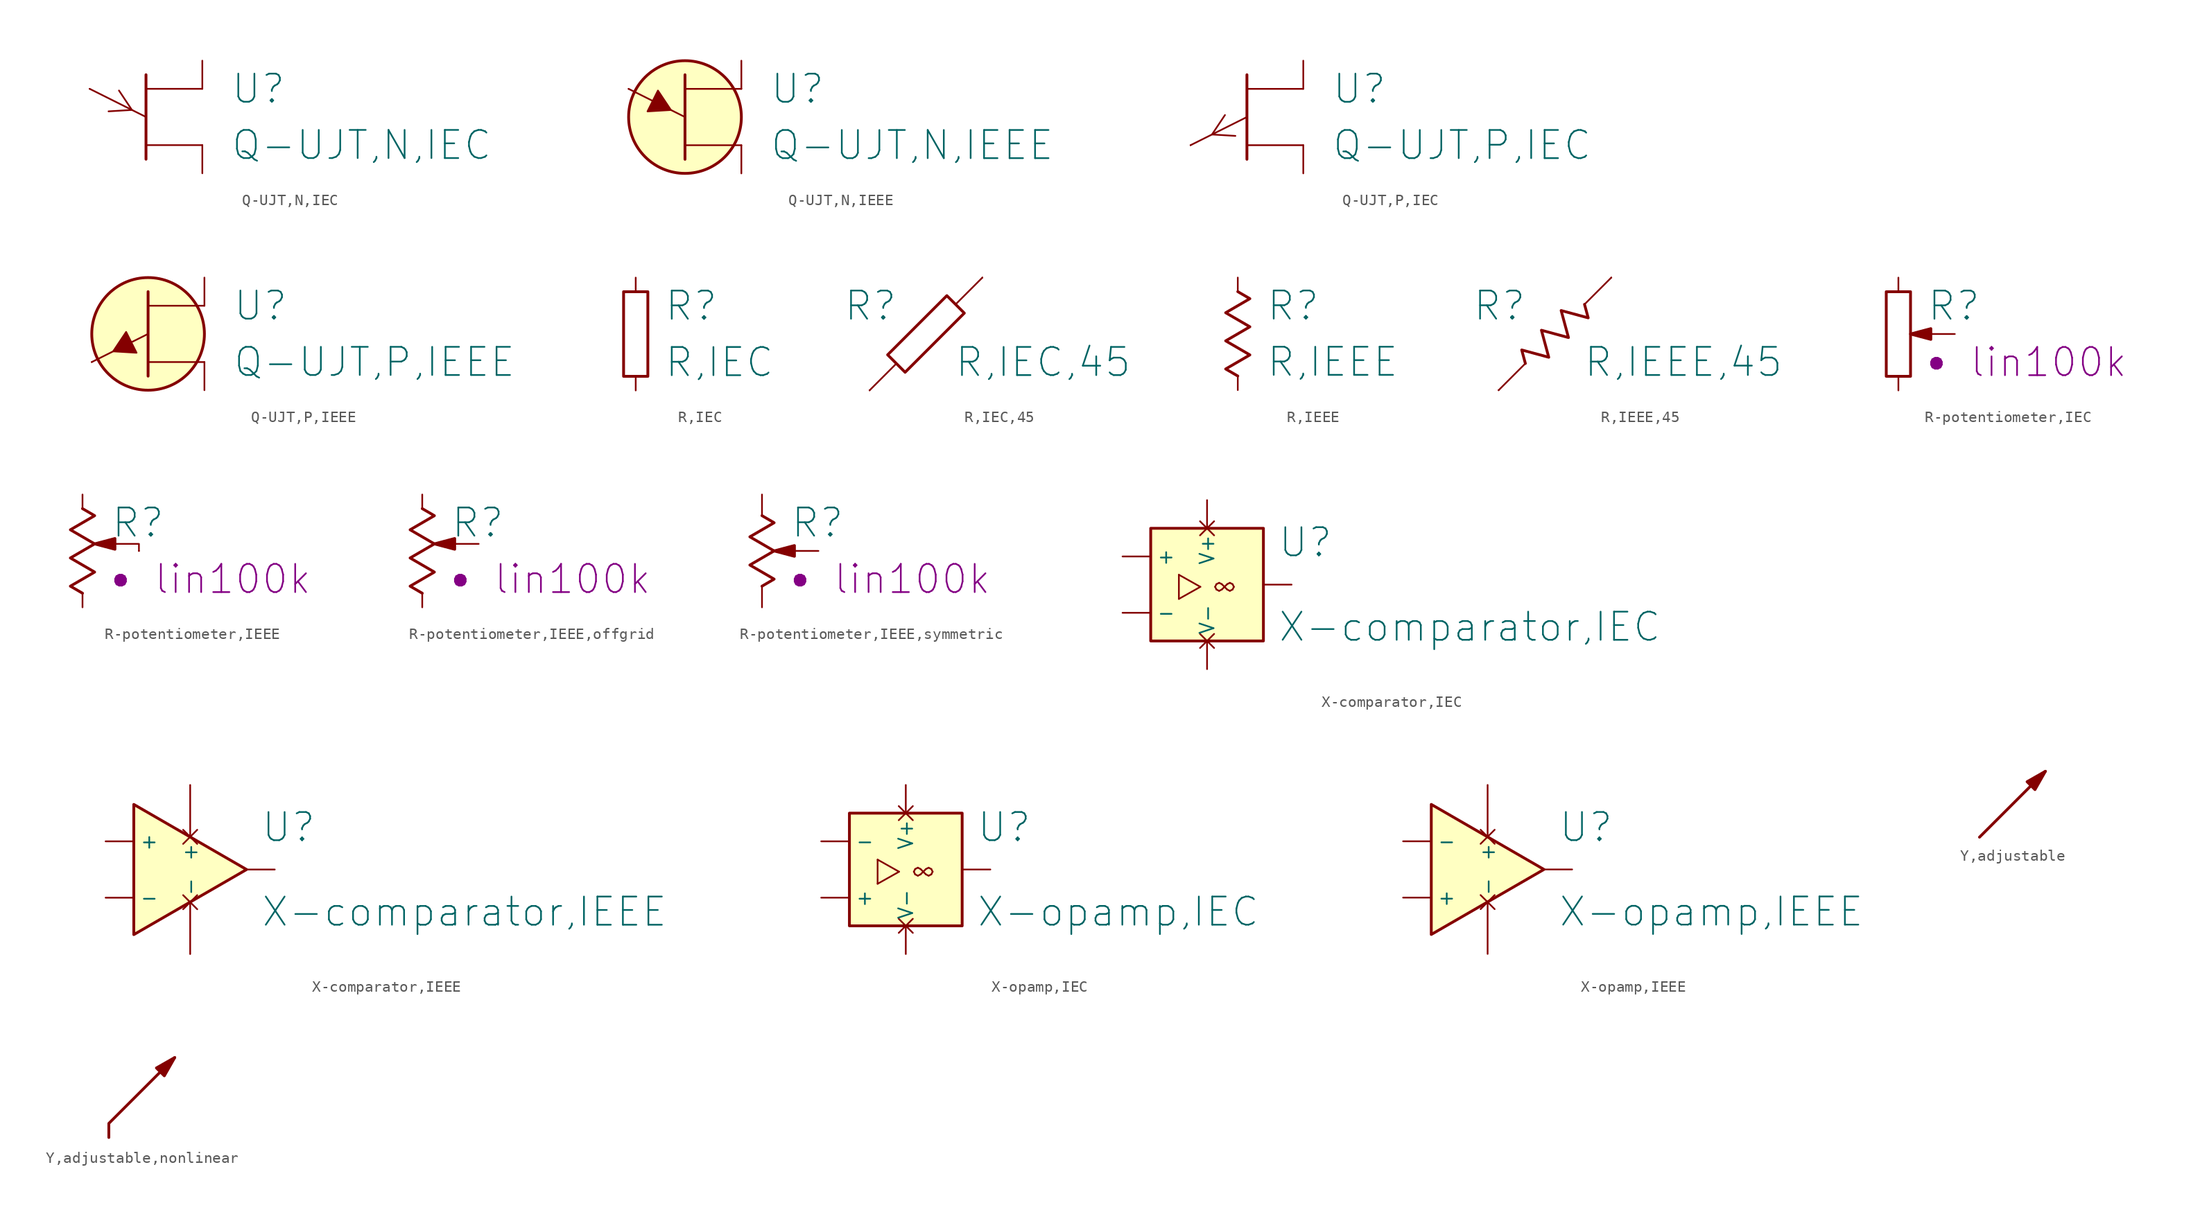
<source format=kicad_sym>
(kicad_symbol_lib
  (version 20211014)
  (generator kicad_symbol_editor)
  (symbol "Q-UJT,N,IEC"
    (pin_numbers hide)
    (pin_names
      (offset 0) hide)
    (property "Reference" "U"
      (at 7.62 2.54 0)
      (effects (font (size 2.54 2.54)) (justify left)))
    (property "Value" "Q-UJT,N,IEC"
      (at 7.62 -2.54 0)
      (effects (font (size 2.54 2.54)) (justify left)))
    (symbol "Q-UJT,N,IEC_1_1"
      (polyline (pts (xy -5.08 2.54) (xy 0 0)) (stroke (width 0) (type default) (color 0 0 0 0)) (fill (type none)))
      (polyline (pts (xy 0 3.81) (xy 0 -3.81)) (stroke (width 0.254) (type default) (color 0 0 0 0)) (fill (type none)))
      (polyline (pts (xy 5.08 -2.54) (xy 0 -2.54)) (stroke (width 0) (type default) (color 0 0 0 0)) (fill (type none)))
      (polyline (pts (xy 5.08 2.54) (xy 0 2.54)) (stroke (width 0) (type default) (color 0 0 0 0)) (fill (type none)))
      (polyline (pts (xy -2.438 2.388) (xy -1.27 0.635) (xy -3.378 0.508)) (stroke (width 0) (type default) (color 0 0 0 0)) (fill (type none)))
      (pin passive line (at -5.08 2.54 0) (length 0) (name "E" (effects (font (size 1.27 1.27)))) (number "1" (effects (font (size 1.829 1.829)))))
      (pin passive line (at 5.08 -5.08 90) (length 2.54) (name "B1" (effects (font (size 1.27 1.27)))) (number "2" (effects (font (size 1.829 1.829)))))
      (pin passive line (at 5.08 5.08 270) (length 2.54) (name "B2" (effects (font (size 1.27 1.27)))) (number "3" (effects (font (size 1.829 1.829)))))))
  (symbol "Q-UJT,N,IEEE"
    (pin_numbers hide)
    (pin_names
      (offset 0) hide)
    (property "Reference" "U"
      (at 7.62 2.54 0)
      (effects (font (size 2.54 2.54)) (justify left)))
    (property "Value" "Q-UJT,N,IEEE"
      (at 7.62 -2.54 0)
      (effects (font (size 2.54 2.54)) (justify left)))
    (symbol "Q-UJT,N,IEEE_1_1"
      (polyline (pts (xy -5.08 2.54) (xy 0 0)) (stroke (width 0) (type default) (color 0 0 0 0)) (fill (type none)))
      (polyline (pts (xy 0 3.81) (xy 0 -3.81)) (stroke (width 0.254) (type default) (color 0 0 0 0)) (fill (type none)))
      (polyline (pts (xy 5.08 -2.54) (xy 0 -2.54)) (stroke (width 0) (type default) (color 0 0 0 0)) (fill (type none)))
      (polyline (pts (xy 5.08 2.54) (xy 0 2.54)) (stroke (width 0) (type default) (color 0 0 0 0)) (fill (type none)))
      (polyline (pts (xy -2.438 2.388) (xy -1.27 0.635) (xy -3.378 0.508) (xy -2.438 2.388)) (stroke (width 0) (type default) (color 0 0 0 0)) (fill (type outline)))
      (circle (center 0 0) (radius 5.08) (stroke (width 0.254) (type default) (color 0 0 0 0)) (fill (type background)))
      (pin passive line (at -5.08 2.54 0) (length 0) (name "E" (effects (font (size 1.27 1.27)))) (number "1" (effects (font (size 1.829 1.829)))))
      (pin passive line (at 5.08 -5.08 90) (length 2.54) (name "B1" (effects (font (size 1.27 1.27)))) (number "2" (effects (font (size 1.829 1.829)))))
      (pin passive line (at 5.08 5.08 270) (length 2.54) (name "B2" (effects (font (size 1.27 1.27)))) (number "3" (effects (font (size 1.829 1.829)))))))
  (symbol "Q-UJT,P,IEC"
    (pin_numbers hide)
    (pin_names
      (offset 0) hide)
    (property "Reference" "U"
      (at 7.62 2.54 0)
      (effects (font (size 2.54 2.54)) (justify left)))
    (property "Value" "Q-UJT,P,IEC"
      (at 7.62 -2.54 0)
      (effects (font (size 2.54 2.54)) (justify left)))
    (symbol "Q-UJT,P,IEC_1_1"
      (polyline (pts (xy -5.08 -2.54) (xy 0 0)) (stroke (width 0) (type default) (color 0 0 0 0)) (fill (type none)))
      (polyline (pts (xy 0 3.81) (xy 0 -3.81)) (stroke (width 0.254) (type default) (color 0 0 0 0)) (fill (type none)))
      (polyline (pts (xy 5.08 -2.54) (xy 0 -2.54)) (stroke (width 0) (type default) (color 0 0 0 0)) (fill (type none)))
      (polyline (pts (xy 5.08 2.54) (xy 0 2.54)) (stroke (width 0) (type default) (color 0 0 0 0)) (fill (type none)))
      (polyline (pts (xy -1.981 0.178) (xy -3.15 -1.575) (xy -1.041 -1.702)) (stroke (width 0) (type default) (color 0 0 0 0)) (fill (type none)))
      (pin passive line (at -5.08 -2.54 0) (length 0) (name "E" (effects (font (size 1.27 1.27)))) (number "1" (effects (font (size 1.829 1.829)))))
      (pin passive line (at 5.08 5.08 270) (length 2.54) (name "B1" (effects (font (size 1.27 1.27)))) (number "2" (effects (font (size 1.829 1.829)))))
      (pin passive line (at 5.08 -5.08 90) (length 2.54) (name "B2" (effects (font (size 1.27 1.27)))) (number "3" (effects (font (size 1.829 1.829)))))))
  (symbol "Q-UJT,P,IEEE"
    (pin_numbers hide)
    (pin_names
      (offset 0) hide)
    (property "Reference" "U"
      (at 7.62 2.54 0)
      (effects (font (size 2.54 2.54)) (justify left)))
    (property "Value" "Q-UJT,P,IEEE"
      (at 7.62 -2.54 0)
      (effects (font (size 2.54 2.54)) (justify left)))
    (symbol "Q-UJT,P,IEEE_1_1"
      (polyline (pts (xy -5.08 -2.54) (xy 0 0)) (stroke (width 0) (type default) (color 0 0 0 0)) (fill (type none)))
      (polyline (pts (xy 0 3.81) (xy 0 -3.81)) (stroke (width 0.254) (type default) (color 0 0 0 0)) (fill (type none)))
      (polyline (pts (xy 5.08 -2.54) (xy 0 -2.54)) (stroke (width 0) (type default) (color 0 0 0 0)) (fill (type none)))
      (polyline (pts (xy 5.08 2.54) (xy 0 2.54)) (stroke (width 0) (type default) (color 0 0 0 0)) (fill (type none)))
      (polyline (pts (xy -1.981 0.178) (xy -3.15 -1.575) (xy -1.041 -1.702) (xy -1.981 0.178)) (stroke (width 0) (type default) (color 0 0 0 0)) (fill (type outline)))
      (circle (center 0 0) (radius 5.08) (stroke (width 0.254) (type default) (color 0 0 0 0)) (fill (type background)))
      (pin passive line (at -5.08 -2.54 0) (length 0) (name "E" (effects (font (size 1.27 1.27)))) (number "1" (effects (font (size 1.829 1.829)))))
      (pin passive line (at 5.08 5.08 270) (length 2.54) (name "B1" (effects (font (size 1.27 1.27)))) (number "2" (effects (font (size 1.829 1.829)))))
      (pin passive line (at 5.08 -5.08 90) (length 2.54) (name "B2" (effects (font (size 1.27 1.27)))) (number "3" (effects (font (size 1.829 1.829)))))))
  (symbol "R,IEC"
    (pin_numbers hide)
    (pin_names
      (offset 0) hide)
    (property "Reference" "R"
      (at 2.54 2.54 0)
      (effects (font (size 2.54 2.54)) (justify left)))
    (property "Value" "R,IEC"
      (at 2.54 -2.54 0)
      (effects (font (size 2.54 2.54)) (justify left)))
    (symbol "R,IEC_1_1"
      (rectangle (start -1.092 3.81) (end 1.092 -3.81) (stroke (width 0.254) (type default) (color 0 0 0 0)) (fill (type none)))
      (pin passive line (at 0 5.08 270) (length 1.27) (name "+" (effects (font (size 1.27 1.27)))) (number "1" (effects (font (size 1.829 1.829)))))
      (pin passive line (at 0 -5.08 90) (length 1.27) (name "-" (effects (font (size 1.27 1.27)))) (number "2" (effects (font (size 1.829 1.829)))))))
  (symbol "R,IEC,45"
    (pin_numbers hide)
    (pin_names
      (offset 0) hide)
    (property "Reference" "R"
      (at -2.54 2.54 0)
      (effects (font (size 2.54 2.54)) (justify right)))
    (property "Value" "R,IEC,45"
      (at 2.54 -2.54 0)
      (effects (font (size 2.54 2.54)) (justify left)))
    (symbol "R,IEC,45_1_1"
      (polyline (pts (xy -5.08 -5.08) (xy -2.667 -2.667)) (stroke (width 0) (type default) (color 0 0 0 0)) (fill (type none)))
      (polyline (pts (xy 5.08 5.08) (xy 2.667 2.667)) (stroke (width 0) (type default) (color 0 0 0 0)) (fill (type none)))
      (polyline (pts (xy 1.88 3.454) (xy -3.454 -1.88) (xy -1.88 -3.454) (xy 3.454 1.88) (xy 1.88 3.454)) (stroke (width 0.254) (type default) (color 0 0 0 0)) (fill (type none)))
      (pin passive line (at 5.08 5.08 270) (length 0) (name "+" (effects (font (size 1.27 1.27)))) (number "1" (effects (font (size 1.829 1.829)))))
      (pin passive line (at -5.08 -5.08 90) (length 0) (name "-" (effects (font (size 1.27 1.27)))) (number "2" (effects (font (size 1.829 1.829)))))))
  (symbol "R,IEEE"
    (pin_numbers hide)
    (pin_names
      (offset 0) hide)
    (property "Reference" "R"
      (at 2.54 2.54 0)
      (effects (font (size 2.54 2.54)) (justify left)))
    (property "Value" "R,IEEE"
      (at 2.54 -2.54 0)
      (effects (font (size 2.54 2.54)) (justify left)))
    (symbol "R,IEEE_1_1"
      (polyline (pts (xy 0 3.81) (xy 1.092 3.175) (xy -1.092 1.905) (xy 1.092 0.635) (xy -1.092 -0.635) (xy 1.092 -1.905) (xy -1.092 -3.175) (xy 0 -3.81)) (stroke (width 0.254) (type default) (color 0 0 0 0)) (fill (type none)))
      (pin passive line (at 0 5.08 270) (length 1.27) (name "+" (effects (font (size 1.27 1.27)))) (number "1" (effects (font (size 1.829 1.829)))))
      (pin passive line (at 0 -5.08 90) (length 1.27) (name "-" (effects (font (size 1.27 1.27)))) (number "2" (effects (font (size 1.829 1.829)))))))
  (symbol "R,IEEE,45"
    (pin_numbers hide)
    (pin_names
      (offset 0) hide)
    (property "Reference" "R"
      (at -2.54 2.54 0)
      (effects (font (size 2.54 2.54)) (justify right)))
    (property "Value" "R,IEEE,45"
      (at 2.54 -2.54 0)
      (effects (font (size 2.54 2.54)) (justify left)))
    (symbol "R,IEEE,45_1_1"
      (polyline (pts (xy -5.08 -5.08) (xy -2.667 -2.667)) (stroke (width 0) (type default) (color 0 0 0 0)) (fill (type none)))
      (polyline (pts (xy 5.08 5.08) (xy 2.667 2.667)) (stroke (width 0) (type default) (color 0 0 0 0)) (fill (type none)))
      (polyline (pts (xy 2.667 2.667) (xy 2.997 1.448) (xy 0.559 2.108) (xy 1.219 -0.33) (xy -1.219 0.33) (xy -0.559 -2.108) (xy -2.997 -1.448) (xy -2.667 -2.667)) (stroke (width 0.254) (type default) (color 0 0 0 0)) (fill (type none)))
      (pin passive line (at 5.08 5.08 270) (length 0) (name "+" (effects (font (size 1.27 1.27)))) (number "1" (effects (font (size 1.829 1.829)))))
      (pin passive line (at -5.08 -5.08 90) (length 0) (name "-" (effects (font (size 1.27 1.27)))) (number "2" (effects (font (size 1.829 1.829)))))))
  (symbol "R-potentiometer,IEC"
    (pin_numbers hide)
    (pin_names
      (offset 0) hide)
    (property "Reference" "R"
      (at 2.54 2.54 0)
      (effects (font (size 2.54 2.54)) (justify left)))
    (property "Spice_Model" "lin100k"
      (at 6.35 -2.54 0)
      (effects (font (size 2.54 2.54)) (justify left)))
    (property "Indicator" "●"
      (at 2.54 -2.54 0)
      (effects (font (size 1.27 1.27)) (justify left)))
    (symbol "R-potentiometer,IEC_1_1"
      (rectangle (start -1.092 3.81) (end 1.092 -3.81) (stroke (width 0.254) (type default) (color 0 0 0 0)) (fill (type none)))
      (polyline (pts (xy 1.092 0) (xy 2.921 0.483) (xy 2.921 -0.483) (xy 1.092 0)) (stroke (width 0.254) (type default) (color 0 0 0 0)) (fill (type outline)))
      (pin passive line (at 0 -5.08 90) (length 1.27) (name "a" (effects (font (size 1.27 1.27)))) (number "1" (effects (font (size 1.829 1.829)))))
      (pin passive line (at 5.08 0 180) (length 3.988) (name "b" (effects (font (size 1.27 1.27)))) (number "2" (effects (font (size 1.829 1.829)))))
      (pin passive line (at 0 5.08 270) (length 1.27) (name "c" (effects (font (size 1.27 1.27)))) (number "3" (effects (font (size 1.829 1.829)))))))
  (symbol "R-potentiometer,IEEE"
    (pin_numbers hide)
    (pin_names
      (offset 0) hide)
    (property "Reference" "R"
      (at 2.54 2.54 0)
      (effects (font (size 2.54 2.54)) (justify left)))
    (property "Spice_Model" "lin100k"
      (at 6.35 -2.54 0)
      (effects (font (size 2.54 2.54)) (justify left)))
    (property "Indicator" "●"
      (at 2.54 -2.54 0)
      (effects (font (size 1.27 1.27)) (justify left)))
    (symbol "R-potentiometer,IEEE_1_1"
      (polyline (pts (xy 5.08 0) (xy 5.08 0.635) (xy 1.092 0.635)) (stroke (width 0) (type default) (color 0 0 0 0)) (fill (type none)))
      (polyline (pts (xy 1.092 0.635) (xy 2.921 1.118) (xy 2.921 0.152) (xy 1.092 0.635)) (stroke (width 0.254) (type default) (color 0 0 0 0)) (fill (type outline)))
      (polyline (pts (xy 0 3.81) (xy 1.092 3.175) (xy -1.092 1.905) (xy 1.092 0.635) (xy -1.092 -0.635) (xy 1.092 -1.905) (xy -1.092 -3.175) (xy 0 -3.81)) (stroke (width 0.254) (type default) (color 0 0 0 0)) (fill (type none)))
      (pin passive line (at 0 -5.08 90) (length 1.27) (name "a" (effects (font (size 1.27 1.27)))) (number "1" (effects (font (size 1.829 1.829)))))
      (pin passive line (at 5.08 0 180) (length 0) (name "b" (effects (font (size 1.27 1.27)))) (number "2" (effects (font (size 1.829 1.829)))))
      (pin passive line (at 0 5.08 270) (length 1.27) (name "c" (effects (font (size 1.27 1.27)))) (number "3" (effects (font (size 1.829 1.829)))))))
  (symbol "R-potentiometer,IEEE,offgrid"
    (pin_numbers hide)
    (pin_names
      (offset 0) hide)
    (property "Reference" "R"
      (at 2.54 2.54 0)
      (effects (font (size 2.54 2.54)) (justify left)))
    (property "Spice_Model" "lin100k"
      (at 6.35 -2.54 0)
      (effects (font (size 2.54 2.54)) (justify left)))
    (property "Indicator" "●"
      (at 2.54 -2.54 0)
      (effects (font (size 1.27 1.27)) (justify left)))
    (symbol "R-potentiometer,IEEE,offgrid_1_1"
      (polyline (pts (xy 1.092 0.635) (xy 2.921 1.118) (xy 2.921 0.152) (xy 1.092 0.635)) (stroke (width 0.254) (type default) (color 0 0 0 0)) (fill (type outline)))
      (polyline (pts (xy 0 3.81) (xy 1.092 3.175) (xy -1.092 1.905) (xy 1.092 0.635) (xy -1.092 -0.635) (xy 1.092 -1.905) (xy -1.092 -3.175) (xy 0 -3.81)) (stroke (width 0.254) (type default) (color 0 0 0 0)) (fill (type none)))
      (pin passive line (at 0 -5.08 90) (length 1.27) (name "a" (effects (font (size 1.27 1.27)))) (number "1" (effects (font (size 1.829 1.829)))))
      (pin passive line (at 5.08 0.635 180) (length 3.988) (name "b" (effects (font (size 1.27 1.27)))) (number "2" (effects (font (size 1.829 1.829)))))
      (pin passive line (at 0 5.08 270) (length 1.27) (name "c" (effects (font (size 1.27 1.27)))) (number "3" (effects (font (size 1.829 1.829)))))))
  (symbol "R-potentiometer,IEEE,symmetric"
    (pin_numbers hide)
    (pin_names
      (offset 0) hide)
    (property "Reference" "R"
      (at 2.54 2.54 0)
      (effects (font (size 2.54 2.54)) (justify left)))
    (property "Spice_Model" "lin100k"
      (at 6.35 -2.54 0)
      (effects (font (size 2.54 2.54)) (justify left)))
    (property "Indicator" "●"
      (at 2.54 -2.54 0)
      (effects (font (size 1.27 1.27)) (justify left)))
    (symbol "R-potentiometer,IEEE,symmetric_1_1"
      (polyline (pts (xy 1.092 0) (xy 2.921 0.483) (xy 2.921 -0.483) (xy 1.092 0)) (stroke (width 0.254) (type default) (color 0 0 0 0)) (fill (type outline)))
      (polyline (pts (xy 0 3.175) (xy 1.092 2.54) (xy -1.092 1.27) (xy 1.092 0) (xy -1.092 -1.27) (xy 1.092 -2.54) (xy 0 -3.175)) (stroke (width 0.254) (type default) (color 0 0 0 0)) (fill (type none)))
      (pin passive line (at 0 -5.08 90) (length 1.905) (name "a" (effects (font (size 1.27 1.27)))) (number "1" (effects (font (size 1.829 1.829)))))
      (pin passive line (at 5.08 0 180) (length 3.988) (name "b" (effects (font (size 1.27 1.27)))) (number "2" (effects (font (size 1.829 1.829)))))
      (pin passive line (at 0 5.08 270) (length 1.905) (name "c" (effects (font (size 1.27 1.27)))) (number "3" (effects (font (size 1.829 1.829)))))))
  (symbol "X-comparator,IEC"
    (pin_numbers hide)
    (property "Reference" "U"
      (at 6.35 3.81 0)
      (effects (font (size 2.54 2.54)) (justify left)))
    (property "Value" "X-comparator,IEC"
      (at 6.35 -3.81 0)
      (effects (font (size 2.54 2.54)) (justify left)))
    (symbol "X-comparator,IEC_1_1"
      (rectangle (start -5.08 5.08) (end 5.08 -5.08) (stroke (width 0.254) (type default) (color 0 0 0 0)) (fill (type background)))
      (text "▷∞" (at 0 0 0) (effects (font (size 2.54 2.54))))
      (pin input line (at -7.62 2.54 0) (length 2.54) (name "+" (effects (font (size 1.27 1.27)))) (number "1" (effects (font (size 1.829 1.829)))))
      (pin input line (at -7.62 -2.54 0) (length 2.54) (name "-" (effects (font (size 1.27 1.27)))) (number "2" (effects (font (size 1.829 1.829)))))
      (pin power_in non_logic (at 0 7.62 270) (length 2.54) (name "V+" (effects (font (size 1.27 1.27)))) (number "3" (effects (font (size 0.914 0.914)))))
      (pin power_in non_logic (at 0 -7.62 90) (length 2.54) (name "V-" (effects (font (size 1.27 1.27)))) (number "4" (effects (font (size 0.914 0.914)))))
      (pin output line (at 7.62 0 180) (length 2.54) (name "OUT" (effects (font (size 0 0)))) (number "5" (effects (font (size 1.829 1.829)))))))
  (symbol "X-comparator,IEEE"
    (pin_numbers hide)
    (property "Reference" "U"
      (at 6.35 3.81 0)
      (effects (font (size 2.54 2.54)) (justify left)))
    (property "Value" "X-comparator,IEEE"
      (at 6.35 -3.81 0)
      (effects (font (size 2.54 2.54)) (justify left)))
    (symbol "X-comparator,IEEE_1_1"
      (polyline (pts (xy 5.08 0) (xy -5.08 5.867) (xy -5.08 -5.867) (xy 5.08 0)) (stroke (width 0.254) (type default) (color 0 0 0 0)) (fill (type background)))
      (pin input line (at -7.62 2.54 0) (length 2.54) (name "+" (effects (font (size 1.27 1.27)))) (number "1" (effects (font (size 1.829 1.829)))))
      (pin input line (at -7.62 -2.54 0) (length 2.54) (name "-" (effects (font (size 1.27 1.27)))) (number "2" (effects (font (size 1.829 1.829)))))
      (pin power_in non_logic (at 0 7.62 270) (length 4.674) (name "+" (effects (font (size 1.27 1.27)))) (number "3" (effects (font (size 0.914 0.914)))))
      (pin power_in non_logic (at 0 -7.62 90) (length 4.674) (name "-" (effects (font (size 1.27 1.27)))) (number "4" (effects (font (size 0.914 0.914)))))
      (pin output line (at 7.62 0 180) (length 2.54) (name "OUT" (effects (font (size 0 0)))) (number "5" (effects (font (size 1.829 1.829)))))))
  (symbol "X-opamp,IEC"
    (pin_numbers hide)
    (property "Reference" "U"
      (at 6.35 3.81 0)
      (effects (font (size 2.54 2.54)) (justify left)))
    (property "Value" "X-opamp,IEC"
      (at 6.35 -3.81 0)
      (effects (font (size 2.54 2.54)) (justify left)))
    (symbol "X-opamp,IEC_1_1"
      (rectangle (start -5.08 5.08) (end 5.08 -5.08) (stroke (width 0.254) (type default) (color 0 0 0 0)) (fill (type background)))
      (text "▷∞" (at 0 0 0) (effects (font (size 2.54 2.54))))
      (pin input line (at -7.62 -2.54 0) (length 2.54) (name "+" (effects (font (size 1.27 1.27)))) (number "1" (effects (font (size 1.829 1.829)))))
      (pin input line (at -7.62 2.54 0) (length 2.54) (name "-" (effects (font (size 1.27 1.27)))) (number "2" (effects (font (size 1.829 1.829)))))
      (pin power_in non_logic (at 0 7.62 270) (length 2.54) (name "V+" (effects (font (size 1.27 1.27)))) (number "3" (effects (font (size 0.914 0.914)))))
      (pin power_in non_logic (at 0 -7.62 90) (length 2.54) (name "V-" (effects (font (size 1.27 1.27)))) (number "4" (effects (font (size 0.914 0.914)))))
      (pin output line (at 7.62 0 180) (length 2.54) (name "OUT" (effects (font (size 0 0)))) (number "5" (effects (font (size 1.829 1.829)))))))
  (symbol "X-opamp,IEEE"
    (pin_numbers hide)
    (property "Reference" "U"
      (at 6.35 3.81 0)
      (effects (font (size 2.54 2.54)) (justify left)))
    (property "Value" "X-opamp,IEEE"
      (at 6.35 -3.81 0)
      (effects (font (size 2.54 2.54)) (justify left)))
    (symbol "X-opamp,IEEE_1_1"
      (polyline (pts (xy 5.08 0) (xy -5.08 5.867) (xy -5.08 -5.867) (xy 5.08 0)) (stroke (width 0.254) (type default) (color 0 0 0 0)) (fill (type background)))
      (pin input line (at -7.62 -2.54 0) (length 2.54) (name "+" (effects (font (size 1.27 1.27)))) (number "1" (effects (font (size 1.829 1.829)))))
      (pin input line (at -7.62 2.54 0) (length 2.54) (name "-" (effects (font (size 1.27 1.27)))) (number "2" (effects (font (size 1.829 1.829)))))
      (pin power_in non_logic (at 0 7.62 270) (length 4.674) (name "+" (effects (font (size 1.27 1.27)))) (number "3" (effects (font (size 0.914 0.914)))))
      (pin power_in non_logic (at 0 -7.62 90) (length 4.674) (name "-" (effects (font (size 1.27 1.27)))) (number "4" (effects (font (size 0.914 0.914)))))
      (pin output line (at 7.62 0 180) (length 2.54) (name "OUT" (effects (font (size 0 0)))) (number "5" (effects (font (size 1.829 1.829)))))))
  (symbol "Y,adjustable"
    (pin_numbers hide)
    (pin_names
      (offset 0) hide)
    (property "Reference" "#SYM"
      (at 0 0 0)
      (effects (font (size 0 0)) hide))
    (symbol "Y,adjustable_1_1"
      (polyline (pts (xy -2.54 -2.54) (xy 3.404 3.404)) (stroke (width 0.254) (type default) (color 0 0 0 0)) (fill (type none)))
      (polyline (pts (xy 3.404 3.404) (xy 1.753 2.464) (xy 2.464 1.753) (xy 3.404 3.404)) (stroke (width 0.254) (type default) (color 0 0 0 0)) (fill (type outline)))))
  (symbol "Y,adjustable,nonlinear"
    (pin_numbers hide)
    (pin_names
      (offset 0) hide)
    (property "Reference" "#SYM"
      (at 0 0 0)
      (effects (font (size 0 0)) hide))
    (symbol "Y,adjustable,nonlinear_1_1"
      (polyline (pts (xy -2.54 -3.81) (xy -2.54 -2.54) (xy 3.404 3.404)) (stroke (width 0.254) (type default) (color 0 0 0 0)) (fill (type none)))
      (polyline (pts (xy 3.404 3.404) (xy 1.753 2.464) (xy 2.464 1.753) (xy 3.404 3.404)) (stroke (width 0.254) (type default) (color 0 0 0 0)) (fill (type outline))))))
</source>
